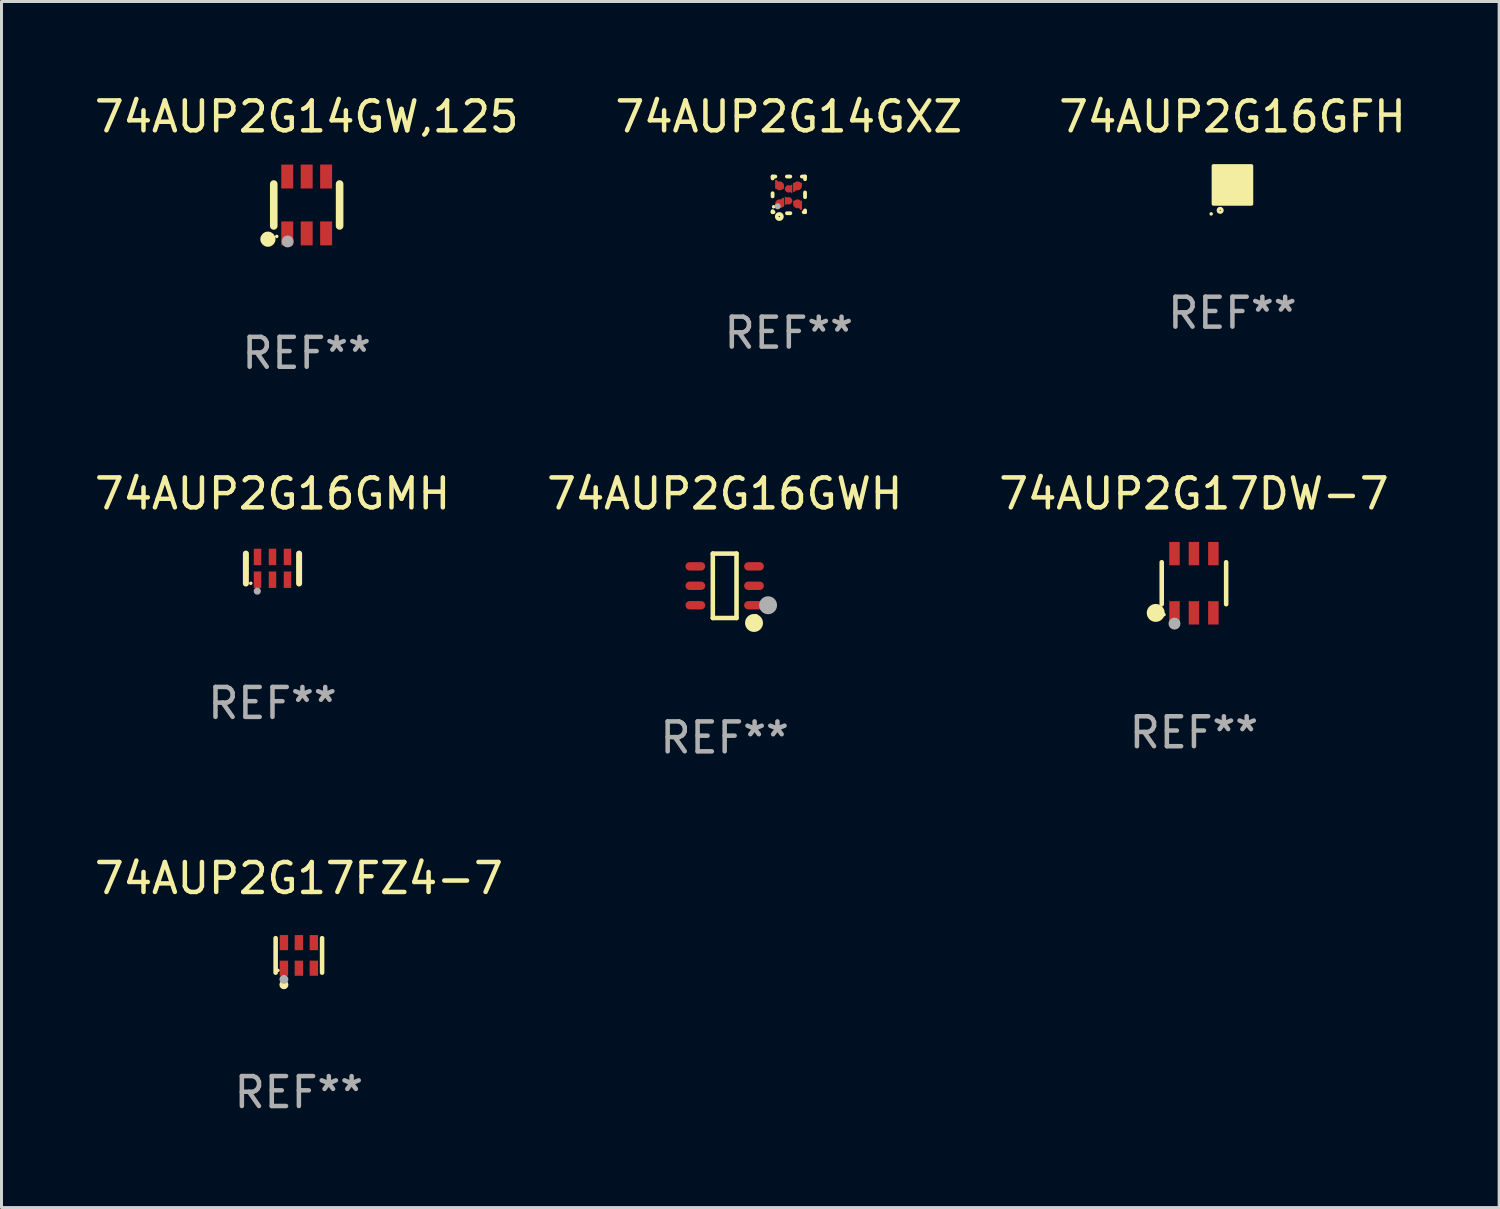
<source format=kicad_pcb>
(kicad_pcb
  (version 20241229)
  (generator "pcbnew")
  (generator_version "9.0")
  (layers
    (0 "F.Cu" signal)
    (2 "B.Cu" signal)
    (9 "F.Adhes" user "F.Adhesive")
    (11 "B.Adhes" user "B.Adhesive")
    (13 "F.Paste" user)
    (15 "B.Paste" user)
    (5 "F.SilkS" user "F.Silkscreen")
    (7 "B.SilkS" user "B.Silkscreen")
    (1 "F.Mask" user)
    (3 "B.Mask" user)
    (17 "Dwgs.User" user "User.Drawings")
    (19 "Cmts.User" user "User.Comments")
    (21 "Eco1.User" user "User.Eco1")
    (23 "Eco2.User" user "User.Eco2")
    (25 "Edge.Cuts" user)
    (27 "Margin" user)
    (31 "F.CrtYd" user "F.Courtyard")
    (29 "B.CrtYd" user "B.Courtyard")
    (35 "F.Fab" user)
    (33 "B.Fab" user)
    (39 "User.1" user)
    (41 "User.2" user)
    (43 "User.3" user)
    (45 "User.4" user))
  (footprint "74AUP2G17FZ4-7"
    (layer "F.Cu")
    (at 6.935 28.87)
    (property "Reference" "74AUP2G17FZ4-7" (at 0 -2.576 0) (layer "F.SilkS") (effects (font (size 1 1) (thickness 0.15))))
    (attr through_hole)
    (fp_line (start -0.776 0.576) (end -0.776 -0.576) (stroke (width 0.152) (type solid)) (layer "F.SilkS"))
    (fp_line (start 0.776 0.576) (end 0.776 -0.576) (stroke (width 0.152) (type solid)) (layer "F.SilkS"))
    (fp_circle (center -0.7 0.5) (end -0.67 0.5) (stroke (width 0.06) (type solid)) (fill no) (layer "F.SilkS"))
    (fp_circle (center -0.5 0.98) (end -0.425 0.98) (stroke (width 0.15) (type solid)) (fill no) (layer "F.SilkS"))
    (fp_circle (center -0.5 0.8) (end -0.425 0.8) (stroke (width 0.15) (type solid)) (fill no) (layer "F.Fab"))
    (fp_text user "REF**" (at 0 4.576 0) (layer "F.Fab") (effects (font (size 1 1) (thickness 0.15))))
    (pad "1" smd rect (at -0.5 0.427) (size 0.28 0.505) (layers "F.Cu" "F.Mask" "F.Paste"))
    (pad "2" smd rect (at 0 0.427) (size 0.28 0.505) (layers "F.Cu" "F.Mask" "F.Paste"))
    (pad "3" smd rect (at 0.5 0.427) (size 0.28 0.505) (layers "F.Cu" "F.Mask" "F.Paste"))
    (pad "4" smd rect (at 0.5 -0.427) (size 0.28 0.505) (layers "F.Cu" "F.Mask" "F.Paste"))
    (pad "5" smd rect (at 0 -0.427) (size 0.28 0.505) (layers "F.Cu" "F.Mask" "F.Paste"))
    (pad "6" smd rect (at -0.5 -0.427) (size 0.28 0.505) (layers "F.Cu" "F.Mask" "F.Paste")))
  (footprint "74AUP2G14GXZ"
    (layer "F.Cu")
    (at 23.304 3.461)
    (property "Reference" "74AUP2G14GXZ" (at 0 -2.613 0) (layer "F.SilkS") (effects (font (size 1 1) (thickness 0.15))))
    (attr through_hole)
    (fp_line (start -0.542 -0.613) (end -0.451 -0.613) (stroke (width 0.127) (type solid)) (layer "F.SilkS"))
    (fp_line (start -0.542 -0.55) (end -0.542 -0.613) (stroke (width 0.127) (type solid)) (layer "F.SilkS"))
    (fp_line (start -0.542 0.05) (end -0.542 -0.055) (stroke (width 0.127) (type solid)) (layer "F.SilkS"))
    (fp_line (start -0.542 0.577) (end -0.542 0.545) (stroke (width 0.127) (type solid)) (layer "F.SilkS"))
    (fp_line (start -0.512 0.577) (end -0.542 0.577) (stroke (width 0.127) (type solid)) (layer "F.SilkS"))
    (fp_line (start -0.064 -0.613) (end 0.049 -0.613) (stroke (width 0.127) (type solid)) (layer "F.SilkS"))
    (fp_line (start -0.062 0.613) (end 0.051 0.613) (stroke (width 0.127) (type solid)) (layer "F.SilkS"))
    (fp_line (start 0.436 -0.613) (end 0.542 -0.613) (stroke (width 0.127) (type solid)) (layer "F.SilkS"))
    (fp_line (start 0.542 -0.613) (end 0.542 -0.524) (stroke (width 0.127) (type solid)) (layer "F.SilkS"))
    (fp_line (start 0.542 -0.081) (end 0.542 0.076) (stroke (width 0.127) (type solid)) (layer "F.SilkS"))
    (fp_line (start 0.542 0.519) (end 0.542 0.577) (stroke (width 0.127) (type solid)) (layer "F.SilkS"))
    (fp_line (start 0.542 0.577) (end 0.497 0.577) (stroke (width 0.127) (type solid)) (layer "F.SilkS"))
    (fp_circle (center -0.508 0.397) (end -0.478 0.397) (stroke (width 0.06) (type solid)) (fill no) (layer "F.SilkS"))
    (fp_circle (center -0.317 0.723) (end -0.296 0.723) (stroke (width 0.127) (type solid)) (fill no) (layer "F.SilkS"))
    (fp_circle (center -0.373 0.382) (end -0.322 0.382) (stroke (width 0.1) (type solid)) (fill no) (layer "F.Fab"))
    (fp_text user "REF**" (at 0 4.613 0) (layer "F.Fab") (effects (font (size 1 1) (thickness 0.15))))
    (pad "1" smd custom (at -0.308 0.298 90) (size 0.3 0.3) (layers "F.Cu" "F.Mask" "F.Paste") (options (anchor circle)) (primitives (gr_poly (pts (xy -0.1 0.15) (xy 0.2 0.15) (xy 0.2 0.1) (xy -0.05 -0.15) (xy -0.1 -0.15)) (width 0) (fill yes))))
    (pad "2" smd custom (at -0.008 0.197 90) (size 0.25 0.3) (layers "F.Cu" "F.Mask" "F.Paste") (options (anchor circle)) (primitives (gr_poly (pts (xy -0.15 -0.125) (xy 0.15 -0.125) (xy 0.000076 0.125)) (width 0) (fill yes))))
    (pad "3" smd custom (at 0.292 0.298 90) (size 0.3 0.3) (layers "F.Cu" "F.Mask" "F.Paste") (options (anchor circle)) (primitives (gr_poly (pts (xy 0.1 0.15) (xy 0.1 -0.15) (xy 0.05 -0.15) (xy -0.2 0.1) (xy -0.2 0.15)) (width 0) (fill yes))))
    (pad "4" smd custom (at 0.292 -0.302 90) (size 0.3 0.3) (layers "F.Cu" "F.Mask" "F.Paste") (options (anchor circle)) (primitives (gr_poly (pts (xy 0.1 -0.15) (xy -0.2 -0.15) (xy -0.2 -0.1) (xy 0.05 0.15) (xy 0.1 0.15)) (width 0) (fill yes))))
    (pad "5" smd custom (at -0.008 -0.202 90) (size 0.25 0.3) (layers "F.Cu" "F.Mask" "F.Paste") (options (anchor circle)) (primitives (gr_poly (pts (xy -0.15 0.125) (xy 0.15 0.125) (xy 0.000051 -0.125)) (width 0) (fill yes))))
    (pad "6" smd custom (at -0.308 -0.302 90) (size 0.3 0.3) (layers "F.Cu" "F.Mask" "F.Paste") (options (anchor circle)) (primitives (gr_poly (pts (xy -0.1 -0.15) (xy 0.2 -0.15) (xy 0.2 -0.1) (xy -0.05 0.15) (xy -0.1 0.15)) (width 0) (fill yes)))))
  (footprint "74AUP2G16GFH"
    (layer "F.Cu")
    (at 38.125 3.128)
    (property "Reference" "74AUP2G16GFH" (at 0 -2.28 0) (layer "F.SilkS") (effects (font (size 1 1) (thickness 0.15))))
    (attr through_hole)
    (fp_circle (center -0.71 0.968) (end -0.68 0.968) (stroke (width 0.06) (type solid)) (fill no) (layer "F.SilkS"))
    (fp_circle (center -0.41 0.85) (end -0.342 0.85) (stroke (width 0.1) (type solid)) (fill no) (layer "F.SilkS"))
    (fp_poly (pts (xy -0.635 -0.635) (xy 0.635 -0.635) (xy 0.635 0.635) (xy -0.635 0.635)) (stroke (width 0.12) (type solid)) (fill yes) (layer "F.SilkS"))
    (fp_text user "REF**" (at 0 4.28 0) (layer "F.Fab") (effects (font (size 1 1) (thickness 0.15))))
    (pad "1" smd rect (at -0.35 0.28 90) (size 0.35 0.2) (layers "F.Cu" "F.Mask" "F.Paste"))
    (pad "2" smd rect (at 0 0.28 90) (size 0.35 0.2) (layers "F.Cu" "F.Mask" "F.Paste"))
    (pad "3" smd rect (at 0.35 0.28 90) (size 0.35 0.2) (layers "F.Cu" "F.Mask" "F.Paste"))
    (pad "4" smd rect (at 0.35 -0.28 90) (size 0.35 0.2) (layers "F.Cu" "F.Mask" "F.Paste"))
    (pad "5" smd rect (at 0 -0.28 90) (size 0.35 0.2) (layers "F.Cu" "F.Mask" "F.Paste"))
    (pad "6" smd rect (at -0.35 -0.28 90) (size 0.35 0.2) (layers "F.Cu" "F.Mask" "F.Paste")))
  (footprint "74AUP2G14GW,125"
    (layer "F.Cu")
    (at 7.196 3.798)
    (property "Reference" "74AUP2G14GW,125" (at 0 -2.95 0) (layer "F.SilkS") (effects (font (size 1 1) (thickness 0.15))))
    (attr through_hole)
    (fp_line (start -1.1 -0.7) (end -1.1 0.7) (stroke (width 0.254) (type solid)) (layer "F.SilkS"))
    (fp_line (start 1.1 -0.7) (end 1.1 0.7) (stroke (width 0.254) (type solid)) (layer "F.SilkS"))
    (fp_circle (center -1.295 1.143) (end -1.168 1.143) (stroke (width 0.254) (type solid)) (fill no) (layer "F.SilkS"))
    (fp_circle (center -1 1.05) (end -0.97 1.05) (stroke (width 0.06) (type solid)) (fill no) (layer "F.SilkS"))
    (fp_circle (center -0.635 1.219) (end -0.535 1.219) (stroke (width 0.2) (type solid)) (fill no) (layer "F.Fab"))
    (fp_text user "REF**" (at 0 4.95 0) (layer "F.Fab") (effects (font (size 1 1) (thickness 0.15))))
    (pad "1" smd rect (at -0.65 0.95) (size 0.4 0.8) (layers "F.Cu" "F.Mask" "F.Paste"))
    (pad "2" smd rect (at 0 0.95) (size 0.4 0.8) (layers "F.Cu" "F.Mask" "F.Paste"))
    (pad "3" smd rect (at 0.65 0.95) (size 0.4 0.8) (layers "F.Cu" "F.Mask" "F.Paste"))
    (pad "4" smd rect (at 0.65 -0.95) (size 0.4 0.8) (layers "F.Cu" "F.Mask" "F.Paste"))
    (pad "5" smd rect (at 0 -0.95) (size 0.4 0.8) (layers "F.Cu" "F.Mask" "F.Paste"))
    (pad "6" smd rect (at -0.65 -0.95) (size 0.4 0.8) (layers "F.Cu" "F.Mask" "F.Paste")))
  (footprint "74AUP2G16GMH"
    (layer "F.Cu")
    (at 6.054 15.945)
    (property "Reference" "74AUP2G16GMH" (at 0 -2.5 0) (layer "F.SilkS") (effects (font (size 1 1) (thickness 0.15))))
    (attr through_hole)
    (fp_line (start -0.889 0.5) (end -0.889 -0.5) (stroke (width 0.2) (type solid)) (layer "F.SilkS"))
    (fp_line (start 0.889 0.5) (end 0.889 -0.5) (stroke (width 0.2) (type solid)) (layer "F.SilkS"))
    (fp_circle (center -0.725 0.492) (end -0.695 0.492) (stroke (width 0.06) (type solid)) (fill no) (layer "F.SilkS"))
    (fp_circle (center -0.508 0.754) (end -0.448 0.754) (stroke (width 0.12) (type solid)) (fill no) (layer "F.Fab"))
    (fp_text user "REF**" (at 0 4.5 0) (layer "F.Fab") (effects (font (size 1 1) (thickness 0.15))))
    (pad "1" smd rect (at -0.5 0.372) (size 0.25 0.55) (layers "F.Cu" "F.Mask" "F.Paste"))
    (pad "2" smd rect (at -0.000127 0.372) (size 0.25 0.55) (layers "F.Cu" "F.Mask" "F.Paste"))
    (pad "3" smd rect (at 0.5 0.372) (size 0.25 0.55) (layers "F.Cu" "F.Mask" "F.Paste"))
    (pad "4" smd rect (at 0.5 -0.388 180) (size 0.25 0.55) (layers "F.Cu" "F.Mask" "F.Paste"))
    (pad "5" smd rect (at -0.000127 -0.388 180) (size 0.25 0.55) (layers "F.Cu" "F.Mask" "F.Paste"))
    (pad "6" smd rect (at -0.5 -0.388 180) (size 0.25 0.55) (layers "F.Cu" "F.Mask" "F.Paste")))
  (footprint "74AUP2G16GWH"
    (layer "F.Cu")
    (at 21.161 16.521)
    (property "Reference" "74AUP2G16GWH" (at 0 -3.076 0) (layer "F.SilkS") (effects (font (size 1 1) (thickness 0.15))))
    (attr through_hole)
    (fp_line (start -0.396 -1.076) (end 0.396 -1.076) (stroke (width 0.152) (type solid)) (layer "F.SilkS"))
    (fp_line (start -0.396 1.076) (end -0.396 -1.076) (stroke (width 0.152) (type solid)) (layer "F.SilkS"))
    (fp_line (start 0.396 -1.076) (end 0.396 1.076) (stroke (width 0.152) (type solid)) (layer "F.SilkS"))
    (fp_line (start 0.396 1.076) (end -0.396 1.076) (stroke (width 0.152) (type solid)) (layer "F.SilkS"))
    (fp_circle (center 0.98 1.242) (end 1.13 1.242) (stroke (width 0.3) (type solid)) (fill no) (layer "F.SilkS"))
    (fp_circle (center 1.05 1) (end 1.08 1) (stroke (width 0.06) (type solid)) (fill no) (layer "F.SilkS"))
    (fp_circle (center 1.45 0.65) (end 1.6 0.65) (stroke (width 0.3) (type solid)) (fill no) (layer "F.Fab"))
    (fp_text user "REF**" (at 0 5.076 0) (layer "F.Fab") (effects (font (size 1 1) (thickness 0.15))))
    (pad "1" smd oval (at 0.98 0.65 90) (size 0.28 0.66) (layers "F.Cu" "F.Mask" "F.Paste"))
    (pad "2" smd oval (at 0.98 0 90) (size 0.28 0.66) (layers "F.Cu" "F.Mask" "F.Paste"))
    (pad "3" smd oval (at 0.98 -0.65 90) (size 0.28 0.66) (layers "F.Cu" "F.Mask" "F.Paste"))
    (pad "4" smd oval (at -0.98 -0.65 90) (size 0.28 0.66) (layers "F.Cu" "F.Mask" "F.Paste"))
    (pad "5" smd oval (at -0.98 0 90) (size 0.28 0.66) (layers "F.Cu" "F.Mask" "F.Paste"))
    (pad "6" smd oval (at -0.98 0.65 90) (size 0.28 0.66) (layers "F.Cu" "F.Mask" "F.Paste")))
  (footprint "74AUP2G17DW-7"
    (layer "F.Cu")
    (at 36.839 16.435)
    (property "Reference" "74AUP2G17DW-7" (at 0 -2.99 0) (layer "F.SilkS") (effects (font (size 1 1) (thickness 0.15))))
    (attr through_hole)
    (fp_line (start -1.076 0.701) (end -1.076 -0.701) (stroke (width 0.152) (type solid)) (layer "F.SilkS"))
    (fp_line (start 1.076 0.701) (end 1.076 -0.701) (stroke (width 0.152) (type solid)) (layer "F.SilkS"))
    (fp_circle (center -1.277 0.992) (end -1.127 0.992) (stroke (width 0.3) (type solid)) (fill no) (layer "F.SilkS"))
    (fp_circle (center -1 1.05) (end -0.97 1.05) (stroke (width 0.06) (type solid)) (fill no) (layer "F.SilkS"))
    (fp_circle (center -0.65 1.35) (end -0.55 1.35) (stroke (width 0.2) (type solid)) (fill no) (layer "F.Fab"))
    (fp_text user "REF**" (at 0 4.99 0) (layer "F.Fab") (effects (font (size 1 1) (thickness 0.15))))
    (pad "1" smd rect (at -0.65 0.99) (size 0.35 0.78) (layers "F.Cu" "F.Mask" "F.Paste"))
    (pad "2" smd rect (at 0 0.99) (size 0.35 0.78) (layers "F.Cu" "F.Mask" "F.Paste"))
    (pad "3" smd rect (at 0.65 0.99) (size 0.35 0.78) (layers "F.Cu" "F.Mask" "F.Paste"))
    (pad "4" smd rect (at 0.65 -0.99) (size 0.35 0.78) (layers "F.Cu" "F.Mask" "F.Paste"))
    (pad "5" smd rect (at 0 -0.99) (size 0.35 0.78) (layers "F.Cu" "F.Mask" "F.Paste"))
    (pad "6" smd rect (at -0.65 -0.99) (size 0.35 0.78) (layers "F.Cu" "F.Mask" "F.Paste")))
  (gr_rect
    (start -3 -3)
    (end 47.036 37.294)
    (stroke (width 0.1) (type default))
    (fill no)
    (layer "Edge.Cuts")))
</source>
